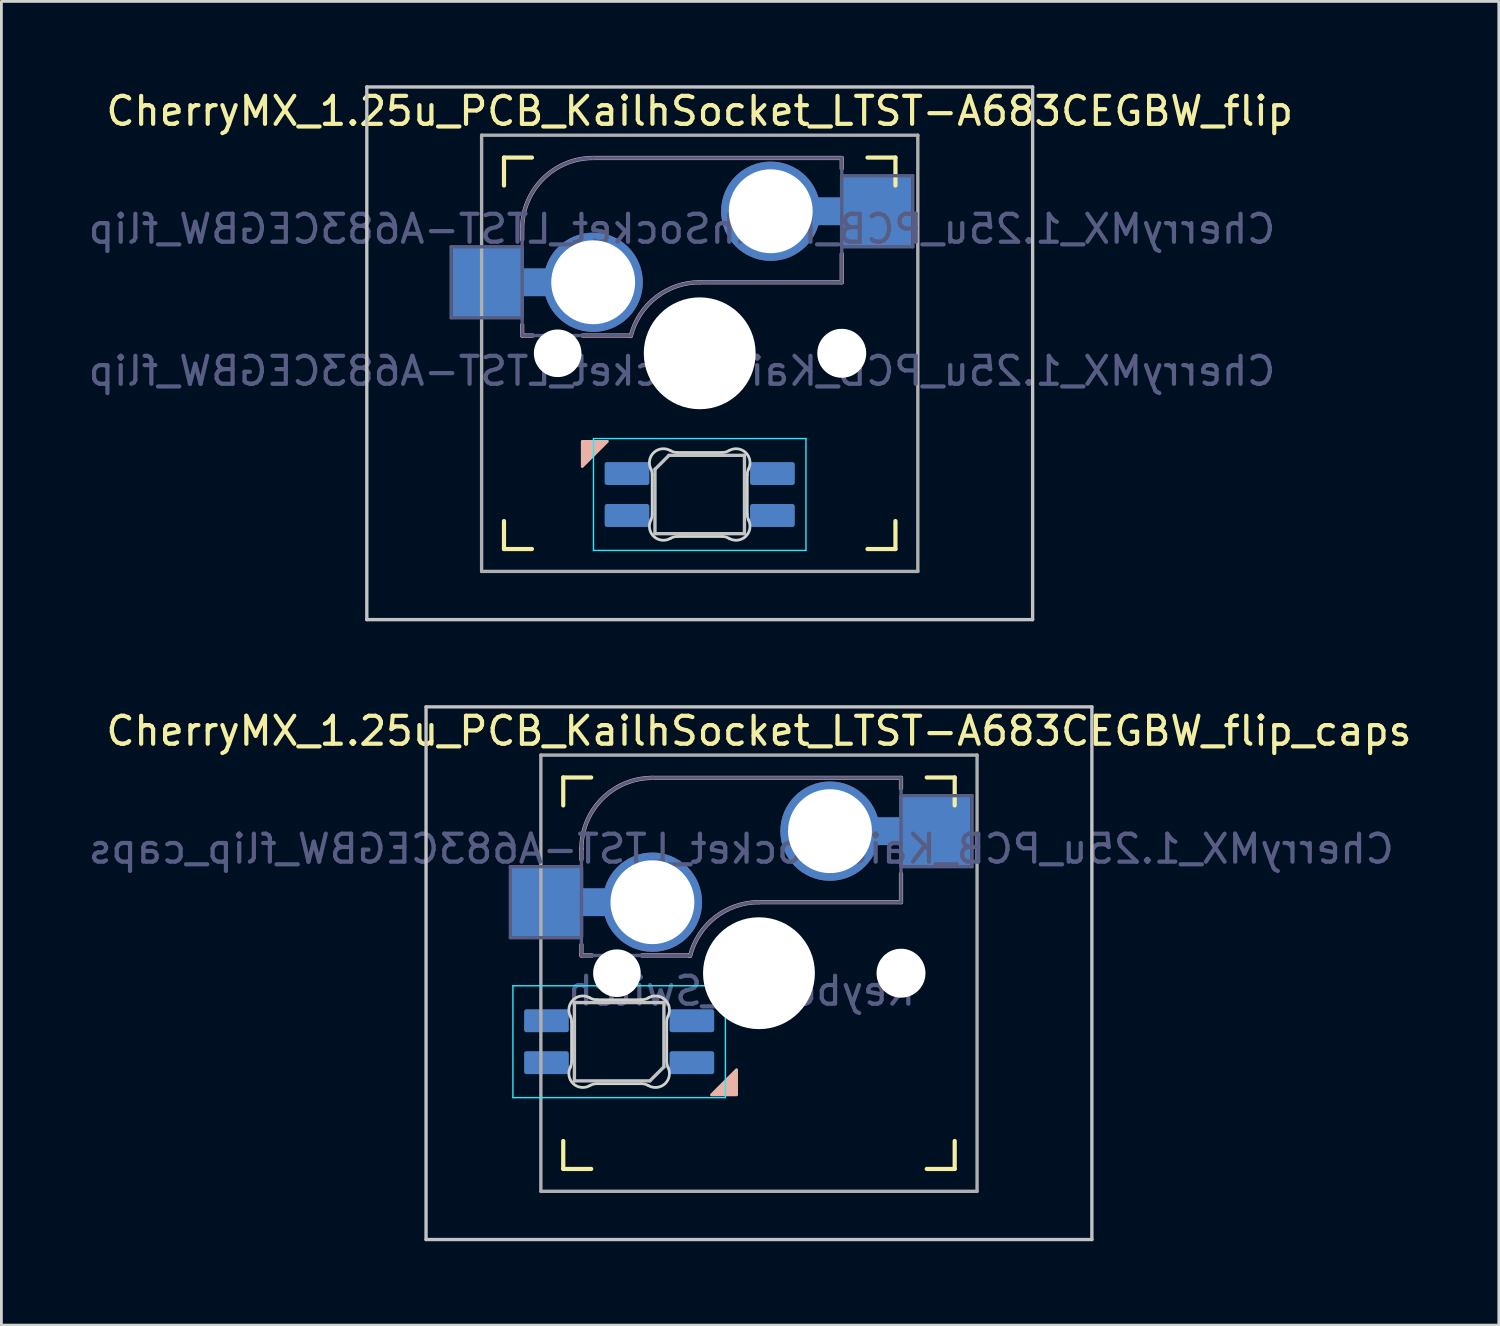
<source format=kicad_pcb>
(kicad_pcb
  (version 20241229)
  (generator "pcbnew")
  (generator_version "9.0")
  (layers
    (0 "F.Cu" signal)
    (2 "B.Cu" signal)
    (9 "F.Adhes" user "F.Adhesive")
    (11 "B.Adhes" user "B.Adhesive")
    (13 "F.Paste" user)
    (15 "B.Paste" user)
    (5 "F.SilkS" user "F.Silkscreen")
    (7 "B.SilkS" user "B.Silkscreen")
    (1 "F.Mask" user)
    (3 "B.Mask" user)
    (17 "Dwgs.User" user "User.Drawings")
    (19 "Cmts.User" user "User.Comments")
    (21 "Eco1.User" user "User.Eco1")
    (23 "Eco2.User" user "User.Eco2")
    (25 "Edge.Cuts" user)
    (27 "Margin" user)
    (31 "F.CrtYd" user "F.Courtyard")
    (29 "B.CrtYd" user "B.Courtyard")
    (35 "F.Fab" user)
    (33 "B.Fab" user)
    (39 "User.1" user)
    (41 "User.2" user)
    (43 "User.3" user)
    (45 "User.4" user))
  (footprint "CherryMX_1.25u_PCB_KailhSocket_LTST-A683CEGBW_flip"
    (layer "F.Cu")
    (at 21.974 9.585)
    (property "Reference" "CherryMX_1.25u_PCB_KailhSocket_LTST-A683CEGBW_flip" (at 0 -8.662 0) (layer "F.SilkS") (effects (font (size 1 1) (thickness 0.15))))
    (property "Value" "CherryMX_1.25u_PCB_KailhSocket_LTST-A683CEGBW_flip" (at 0 8.662 0) (layer "F.Fab") (hide yes) (effects (font (size 1 1) (thickness 0.15))))
    (attr through_hole)
    (fp_line (start -7 -6) (end -7 -7) (stroke (width 0.15) (type solid)) (layer "F.SilkS"))
    (fp_line (start -7 7) (end -7 6) (stroke (width 0.15) (type solid)) (layer "F.SilkS"))
    (fp_line (start -7 7) (end -6 7) (stroke (width 0.15) (type solid)) (layer "F.SilkS"))
    (fp_line (start -6 -7) (end -7 -7) (stroke (width 0.15) (type solid)) (layer "F.SilkS"))
    (fp_line (start 6 7) (end 7 7) (stroke (width 0.15) (type solid)) (layer "F.SilkS"))
    (fp_line (start 7 -7) (end 6 -7) (stroke (width 0.15) (type solid)) (layer "F.SilkS"))
    (fp_line (start 7 -7) (end 7 -6) (stroke (width 0.15) (type solid)) (layer "F.SilkS"))
    (fp_line (start 7 6) (end 7 7) (stroke (width 0.15) (type solid)) (layer "F.SilkS"))
    (fp_line (start -6.35 -4.445) (end -6.35 -4.064) (stroke (width 0.15) (type solid)) (layer "B.SilkS"))
    (fp_line (start -6.35 -1.016) (end -6.35 -0.635) (stroke (width 0.15) (type solid)) (layer "B.SilkS"))
    (fp_line (start -5.969 -0.635) (end -6.35 -0.635) (stroke (width 0.15) (type solid)) (layer "B.SilkS"))
    (fp_line (start -3.81 -6.985) (end 5.08 -6.985) (stroke (width 0.15) (type solid)) (layer "B.SilkS"))
    (fp_line (start -2.464 -0.635) (end -4.191 -0.635) (stroke (width 0.15) (type solid)) (layer "B.SilkS"))
    (fp_line (start 5.08 -6.985) (end 5.08 -6.604) (stroke (width 0.15) (type solid)) (layer "B.SilkS"))
    (fp_line (start 5.08 -3.556) (end 5.08 -2.54) (stroke (width 0.15) (type solid)) (layer "B.SilkS"))
    (fp_line (start 5.08 -2.54) (end 0 -2.54) (stroke (width 0.15) (type solid)) (layer "B.SilkS"))
    (fp_arc (start -6.35 -4.445) (mid -5.606051 -6.241051) (end -3.81 -6.985) (stroke (width 0.15) (type solid)) (layer "B.SilkS"))
    (fp_arc (start -2.464162 -0.61604) (mid -1.563147 -2.002042) (end 0 -2.54) (stroke (width 0.15) (type solid)) (layer "B.SilkS"))
    (fp_poly (pts (xy -4.2 4.05) (xy -3.3 3.15) (xy -4.2 3.15)) (stroke (width 0.1) (type solid)) (fill yes) (layer "B.SilkS"))
    (fp_line (start -11.906 -9.525) (end 11.906 -9.525) (stroke (width 0.12) (type solid)) (layer "Dwgs.User"))
    (fp_line (start -11.906 9.525) (end -11.906 -9.525) (stroke (width 0.12) (type solid)) (layer "Dwgs.User"))
    (fp_line (start -1.6 4.15) (end -1.6 6.45) (stroke (width 0.12) (type solid)) (layer "Dwgs.User"))
    (fp_line (start -1.6 4.15) (end -1.1 3.65) (stroke (width 0.12) (type solid)) (layer "Dwgs.User"))
    (fp_line (start -1.6 6.45) (end 1.6 6.45) (stroke (width 0.12) (type solid)) (layer "Dwgs.User"))
    (fp_line (start 1.6 3.65) (end -1.1 3.65) (stroke (width 0.12) (type solid)) (layer "Dwgs.User"))
    (fp_line (start 1.6 6.45) (end 1.6 3.65) (stroke (width 0.12) (type solid)) (layer "Dwgs.User"))
    (fp_line (start 11.906 -9.525) (end 11.906 9.525) (stroke (width 0.12) (type solid)) (layer "Dwgs.User"))
    (fp_line (start 11.906 9.525) (end -11.906 9.525) (stroke (width 0.12) (type solid)) (layer "Dwgs.User"))
    (fp_line (start -6.9 6.9) (end -6.9 -6.9) (stroke (width 0.15) (type solid)) (layer "Eco2.User"))
    (fp_line (start -6.9 6.9) (end 6.9 6.9) (stroke (width 0.15) (type solid)) (layer "Eco2.User"))
    (fp_line (start 6.9 -6.9) (end -6.9 -6.9) (stroke (width 0.15) (type solid)) (layer "Eco2.User"))
    (fp_line (start 6.9 -6.9) (end 6.9 6.9) (stroke (width 0.15) (type solid)) (layer "Eco2.User"))
    (fp_line (start -1.7 5.753) (end -1.7 4.347) (stroke (width 0.1) (type solid)) (layer "Edge.Cuts"))
    (fp_line (start -0.794 3.55) (end 0.794 3.55) (stroke (width 0.1) (type solid)) (layer "Edge.Cuts"))
    (fp_line (start 0.794 6.55) (end -0.794 6.55) (stroke (width 0.1) (type solid)) (layer "Edge.Cuts"))
    (fp_line (start 1.7 4.347) (end 1.7 5.753) (stroke (width 0.1) (type solid)) (layer "Edge.Cuts"))
    (fp_arc (start -1.749484 4.13028) (mid -1.712527 4.235932) (end -1.699999 4.347158) (stroke (width 0.1) (type solid)) (layer "Edge.Cuts"))
    (fp_arc (start -1.749484 4.130281) (mid -1.638072 3.545965) (end -1.046711 3.481701) (stroke (width 0.1) (type solid)) (layer "Edge.Cuts"))
    (fp_arc (start -1.699999 5.752843) (mid -1.712527 5.864068) (end -1.749484 5.96972) (stroke (width 0.1) (type solid)) (layer "Edge.Cuts"))
    (fp_arc (start -1.046711 6.618298) (mid -1.63807 6.554034) (end -1.749484 5.96972) (stroke (width 0.1) (type solid)) (layer "Edge.Cuts"))
    (fp_arc (start -1.046711 6.618298) (mid -0.925123 6.567376) (end -0.794453 6.549999) (stroke (width 0.1) (type solid)) (layer "Edge.Cuts"))
    (fp_arc (start -0.794452 3.55) (mid -0.925123 3.532623) (end -1.046711 3.481701) (stroke (width 0.1) (type solid)) (layer "Edge.Cuts"))
    (fp_arc (start 0.794453 6.55) (mid 0.925123 6.567377) (end 1.046711 6.618299) (stroke (width 0.1) (type solid)) (layer "Edge.Cuts"))
    (fp_arc (start 1.04671 3.481701) (mid 0.925122 3.532623) (end 0.794452 3.55) (stroke (width 0.1) (type solid)) (layer "Edge.Cuts"))
    (fp_arc (start 1.046711 3.481703) (mid 1.63807 3.545966) (end 1.749484 4.13028) (stroke (width 0.1) (type solid)) (layer "Edge.Cuts"))
    (fp_arc (start 1.699999 4.347157) (mid 1.712527 4.235932) (end 1.749484 4.13028) (stroke (width 0.1) (type solid)) (layer "Edge.Cuts"))
    (fp_arc (start 1.749484 5.96972) (mid 1.638071 6.554035) (end 1.046711 6.618299) (stroke (width 0.1) (type solid)) (layer "Edge.Cuts"))
    (fp_arc (start 1.749484 5.96972) (mid 1.712527 5.864068) (end 1.699999 5.752842) (stroke (width 0.1) (type solid)) (layer "Edge.Cuts"))
    (fp_line (start -3.8 3.05) (end -3.8 7.05) (stroke (width 0.05) (type solid)) (layer "B.CrtYd"))
    (fp_line (start -3.8 7.05) (end 3.8 7.05) (stroke (width 0.05) (type solid)) (layer "B.CrtYd"))
    (fp_line (start 3.8 3.05) (end -3.8 3.05) (stroke (width 0.05) (type solid)) (layer "B.CrtYd"))
    (fp_line (start 3.8 7.05) (end 3.8 3.05) (stroke (width 0.05) (type solid)) (layer "B.CrtYd"))
    (fp_line (start -8.89 -3.81) (end -6.35 -3.81) (stroke (width 0.12) (type solid)) (layer "B.Fab"))
    (fp_line (start -8.89 -1.27) (end -8.89 -3.81) (stroke (width 0.12) (type solid)) (layer "B.Fab"))
    (fp_line (start -6.35 -1.27) (end -8.89 -1.27) (stroke (width 0.12) (type solid)) (layer "B.Fab"))
    (fp_line (start -6.35 -0.635) (end -6.35 -4.445) (stroke (width 0.12) (type solid)) (layer "B.Fab"))
    (fp_line (start -6.35 -0.635) (end -2.54 -0.635) (stroke (width 0.12) (type solid)) (layer "B.Fab"))
    (fp_line (start -3.81 -6.985) (end 5.08 -6.985) (stroke (width 0.12) (type solid)) (layer "B.Fab"))
    (fp_line (start 5.08 -6.985) (end 5.08 -2.54) (stroke (width 0.12) (type solid)) (layer "B.Fab"))
    (fp_line (start 5.08 -6.35) (end 7.62 -6.35) (stroke (width 0.12) (type solid)) (layer "B.Fab"))
    (fp_line (start 5.08 -2.54) (end 0 -2.54) (stroke (width 0.12) (type solid)) (layer "B.Fab"))
    (fp_line (start 7.62 -6.35) (end 7.62 -3.81) (stroke (width 0.12) (type solid)) (layer "B.Fab"))
    (fp_line (start 7.62 -3.81) (end 5.08 -3.81) (stroke (width 0.12) (type solid)) (layer "B.Fab"))
    (fp_arc (start -6.35 -4.445) (mid -5.606051 -6.241051) (end -3.81 -6.985) (stroke (width 0.12) (type solid)) (layer "B.Fab"))
    (fp_arc (start -2.464162 -0.61604) (mid -1.563147 -2.002042) (end 0 -2.54) (stroke (width 0.12) (type solid)) (layer "B.Fab"))
    (fp_line (start -7.8 -7.8) (end -7.8 7.8) (stroke (width 0.12) (type solid)) (layer "F.Fab"))
    (fp_line (start -7.8 -7.8) (end 7.8 -7.8) (stroke (width 0.12) (type solid)) (layer "F.Fab"))
    (fp_line (start -7.8 7.8) (end 7.8 7.8) (stroke (width 0.12) (type solid)) (layer "F.Fab"))
    (fp_line (start 7.8 -7.8) (end 7.8 7.8) (stroke (width 0.12) (type solid)) (layer "F.Fab"))
    (fp_text user "${REFERENCE}" (at -0.635 -4.445 0) (layer "B.Fab") (effects (font (size 1 1) (thickness 0.15)) (justify mirror)))
    (fp_text user "${VALUE}" (at -0.635 0.635 0) (layer "B.Fab") (effects (font (size 1 1) (thickness 0.15)) (justify mirror)))
    (pad "" np_thru_hole circle (at -5.08 0) (size 1.702 1.702) (drill 1.702) (layers "*.Cu" "*.Mask"))
    (pad "" np_thru_hole circle (at 0 0) (size 4 4) (drill 4) (layers "*.Cu" "*.Mask"))
    (pad "" np_thru_hole circle (at 5.08 0) (size 1.702 1.702) (drill 1.702) (layers "*.Cu" "*.Mask"))
    (pad "" np_thru_hole circle (at 5.08 0) (size 1.75 1.75) (drill 1.75) (layers "*.Cu" "*.Mask"))
    (pad "1" thru_hole circle (at 2.54 -5.08) (size 3.55 3.55) (drill 3) (layers "*.Cu"))
    (pad "1" connect rect (at 5.015 -5.08 270) (size 1 2.5) (layers "B.Cu"))
    (pad "1" smd rect (at 6.29 -5.08) (size 2.55 2.5) (layers "B.Cu" "B.Mask" "B.Paste"))
    (pad "2" smd rect (at -7.56 -2.54) (size 2.55 2.5) (layers "B.Cu" "B.Mask" "B.Paste"))
    (pad "2" connect rect (at -5.715 -2.54 90) (size 1 2.5) (layers "B.Cu"))
    (pad "2" thru_hole circle (at -3.81 -2.54) (size 3.55 3.55) (drill 3) (layers "*.Cu"))
    (pad "3" smd roundrect (at -2.6 4.3 90) (size 0.82 1.6) (layers "B.Cu" "B.Mask" "B.Paste") (roundrect_rratio 0.1))
    (pad "4" smd roundrect (at -2.6 5.8 90) (size 0.82 1.6) (layers "B.Cu" "B.Mask" "B.Paste") (roundrect_rratio 0.1))
    (pad "5" smd roundrect (at 2.6 4.3 90) (size 0.82 1.6) (layers "B.Cu" "B.Mask" "B.Paste") (roundrect_rratio 0.1))
    (pad "6" smd roundrect (at 2.6 5.8 90) (size 0.82 1.6) (layers "B.Cu" "B.Mask" "B.Paste") (roundrect_rratio 0.1)))
  (footprint "CherryMX_1.25u_PCB_KailhSocket_LTST-A683CEGBW_flip_caps"
    (layer "F.Cu")
    (at 24.093 31.755)
    (property "Reference" "CherryMX_1.25u_PCB_KailhSocket_LTST-A683CEGBW_flip_caps" (at 0 -8.662 0) (layer "F.SilkS") (effects (font (size 1 1) (thickness 0.15))))
    (property "Value" "Keyboard_Switch" (at 0 8.662 0) (layer "F.Fab") (hide yes) (effects (font (size 1 1) (thickness 0.15))))
    (attr through_hole)
    (fp_line (start -7 -6) (end -7 -7) (stroke (width 0.15) (type solid)) (layer "F.SilkS"))
    (fp_line (start -7 7) (end -7 6) (stroke (width 0.15) (type solid)) (layer "F.SilkS"))
    (fp_line (start -7 7) (end -6 7) (stroke (width 0.15) (type solid)) (layer "F.SilkS"))
    (fp_line (start -6 -7) (end -7 -7) (stroke (width 0.15) (type solid)) (layer "F.SilkS"))
    (fp_line (start 6 7) (end 7 7) (stroke (width 0.15) (type solid)) (layer "F.SilkS"))
    (fp_line (start 7 -7) (end 6 -7) (stroke (width 0.15) (type solid)) (layer "F.SilkS"))
    (fp_line (start 7 -7) (end 7 -6) (stroke (width 0.15) (type solid)) (layer "F.SilkS"))
    (fp_line (start 7 6) (end 7 7) (stroke (width 0.15) (type solid)) (layer "F.SilkS"))
    (fp_line (start -6.35 -4.445) (end -6.35 -4.064) (stroke (width 0.15) (type solid)) (layer "B.SilkS"))
    (fp_line (start -6.35 -1.016) (end -6.35 -0.635) (stroke (width 0.15) (type solid)) (layer "B.SilkS"))
    (fp_line (start -5.969 -0.635) (end -6.35 -0.635) (stroke (width 0.15) (type solid)) (layer "B.SilkS"))
    (fp_line (start -3.81 -6.985) (end 5.08 -6.985) (stroke (width 0.15) (type solid)) (layer "B.SilkS"))
    (fp_line (start -2.464 -0.635) (end -4.191 -0.635) (stroke (width 0.15) (type solid)) (layer "B.SilkS"))
    (fp_line (start 5.08 -6.985) (end 5.08 -6.604) (stroke (width 0.15) (type solid)) (layer "B.SilkS"))
    (fp_line (start 5.08 -3.556) (end 5.08 -2.54) (stroke (width 0.15) (type solid)) (layer "B.SilkS"))
    (fp_line (start 5.08 -2.54) (end 0 -2.54) (stroke (width 0.15) (type solid)) (layer "B.SilkS"))
    (fp_arc (start -6.35 -4.445) (mid -5.606051 -6.241051) (end -3.81 -6.985) (stroke (width 0.15) (type solid)) (layer "B.SilkS"))
    (fp_arc (start -2.464162 -0.61604) (mid -1.563147 -2.002042) (end 0 -2.54) (stroke (width 0.15) (type solid)) (layer "B.SilkS"))
    (fp_poly (pts (xy -0.8 3.45) (xy -1.7 4.35) (xy -0.8 4.35)) (stroke (width 0.1) (type solid)) (fill yes) (layer "B.SilkS"))
    (fp_line (start -11.906 -9.525) (end 11.906 -9.525) (stroke (width 0.12) (type solid)) (layer "Dwgs.User"))
    (fp_line (start -11.906 9.525) (end -11.906 -9.525) (stroke (width 0.12) (type solid)) (layer "Dwgs.User"))
    (fp_line (start -6.6 1.05) (end -6.6 3.85) (stroke (width 0.12) (type solid)) (layer "Dwgs.User"))
    (fp_line (start -6.6 3.85) (end -3.9 3.85) (stroke (width 0.12) (type solid)) (layer "Dwgs.User"))
    (fp_line (start -3.4 1.05) (end -6.6 1.05) (stroke (width 0.12) (type solid)) (layer "Dwgs.User"))
    (fp_line (start -3.4 3.35) (end -3.9 3.85) (stroke (width 0.12) (type solid)) (layer "Dwgs.User"))
    (fp_line (start -3.4 3.35) (end -3.4 1.05) (stroke (width 0.12) (type solid)) (layer "Dwgs.User"))
    (fp_line (start 11.906 -9.525) (end 11.906 9.525) (stroke (width 0.12) (type solid)) (layer "Dwgs.User"))
    (fp_line (start 11.906 9.525) (end -11.906 9.525) (stroke (width 0.12) (type solid)) (layer "Dwgs.User"))
    (fp_line (start -6.9 6.9) (end -6.9 -6.9) (stroke (width 0.15) (type solid)) (layer "Eco2.User"))
    (fp_line (start -6.9 6.9) (end 6.9 6.9) (stroke (width 0.15) (type solid)) (layer "Eco2.User"))
    (fp_line (start 6.9 -6.9) (end -6.9 -6.9) (stroke (width 0.15) (type solid)) (layer "Eco2.User"))
    (fp_line (start 6.9 -6.9) (end 6.9 6.9) (stroke (width 0.15) (type solid)) (layer "Eco2.User"))
    (fp_line (start -6.7 3.153) (end -6.7 1.747) (stroke (width 0.1) (type solid)) (layer "Edge.Cuts"))
    (fp_line (start -5.794 0.95) (end -4.206 0.95) (stroke (width 0.1) (type solid)) (layer "Edge.Cuts"))
    (fp_line (start -4.206 3.95) (end -5.794 3.95) (stroke (width 0.1) (type solid)) (layer "Edge.Cuts"))
    (fp_line (start -3.3 1.747) (end -3.3 3.153) (stroke (width 0.1) (type solid)) (layer "Edge.Cuts"))
    (fp_arc (start -6.749484 1.53028) (mid -6.712527 1.635932) (end -6.699999 1.747158) (stroke (width 0.1) (type solid)) (layer "Edge.Cuts"))
    (fp_arc (start -6.749484 1.53028) (mid -6.638071 0.945965) (end -6.046711 0.881701) (stroke (width 0.1) (type solid)) (layer "Edge.Cuts"))
    (fp_arc (start -6.699999 3.152843) (mid -6.712527 3.264068) (end -6.749484 3.36972) (stroke (width 0.1) (type solid)) (layer "Edge.Cuts"))
    (fp_arc (start -6.046711 4.018297) (mid -6.63807 3.954034) (end -6.749484 3.36972) (stroke (width 0.1) (type solid)) (layer "Edge.Cuts"))
    (fp_arc (start -6.04671 4.018299) (mid -5.925122 3.967377) (end -5.794452 3.95) (stroke (width 0.1) (type solid)) (layer "Edge.Cuts"))
    (fp_arc (start -5.794453 0.95) (mid -5.925123 0.932623) (end -6.046711 0.881701) (stroke (width 0.1) (type solid)) (layer "Edge.Cuts"))
    (fp_arc (start -4.205548 3.95) (mid -4.074877 3.967377) (end -3.953289 4.018299) (stroke (width 0.1) (type solid)) (layer "Edge.Cuts"))
    (fp_arc (start -3.953289 0.881702) (mid -4.074877 0.932624) (end -4.205547 0.950001) (stroke (width 0.1) (type solid)) (layer "Edge.Cuts"))
    (fp_arc (start -3.953289 0.881702) (mid -3.361929 0.945966) (end -3.250516 1.53028) (stroke (width 0.1) (type solid)) (layer "Edge.Cuts"))
    (fp_arc (start -3.300001 1.747157) (mid -3.287473 1.635932) (end -3.250516 1.53028) (stroke (width 0.1) (type solid)) (layer "Edge.Cuts"))
    (fp_arc (start -3.250516 3.369719) (mid -3.361928 3.954035) (end -3.953289 4.018299) (stroke (width 0.1) (type solid)) (layer "Edge.Cuts"))
    (fp_arc (start -3.250516 3.36972) (mid -3.287473 3.264068) (end -3.300001 3.152842) (stroke (width 0.1) (type solid)) (layer "Edge.Cuts"))
    (fp_line (start -8.8 0.45) (end -8.8 4.45) (stroke (width 0.05) (type solid)) (layer "B.CrtYd"))
    (fp_line (start -8.8 4.45) (end -1.2 4.45) (stroke (width 0.05) (type solid)) (layer "B.CrtYd"))
    (fp_line (start -1.2 0.45) (end -8.8 0.45) (stroke (width 0.05) (type solid)) (layer "B.CrtYd"))
    (fp_line (start -1.2 4.45) (end -1.2 0.45) (stroke (width 0.05) (type solid)) (layer "B.CrtYd"))
    (fp_line (start -8.89 -3.81) (end -6.35 -3.81) (stroke (width 0.12) (type solid)) (layer "B.Fab"))
    (fp_line (start -8.89 -1.27) (end -8.89 -3.81) (stroke (width 0.12) (type solid)) (layer "B.Fab"))
    (fp_line (start -6.35 -1.27) (end -8.89 -1.27) (stroke (width 0.12) (type solid)) (layer "B.Fab"))
    (fp_line (start -6.35 -0.635) (end -6.35 -4.445) (stroke (width 0.12) (type solid)) (layer "B.Fab"))
    (fp_line (start -6.35 -0.635) (end -2.54 -0.635) (stroke (width 0.12) (type solid)) (layer "B.Fab"))
    (fp_line (start -3.81 -6.985) (end 5.08 -6.985) (stroke (width 0.12) (type solid)) (layer "B.Fab"))
    (fp_line (start 5.08 -6.985) (end 5.08 -2.54) (stroke (width 0.12) (type solid)) (layer "B.Fab"))
    (fp_line (start 5.08 -6.35) (end 7.62 -6.35) (stroke (width 0.12) (type solid)) (layer "B.Fab"))
    (fp_line (start 5.08 -2.54) (end 0 -2.54) (stroke (width 0.12) (type solid)) (layer "B.Fab"))
    (fp_line (start 7.62 -6.35) (end 7.62 -3.81) (stroke (width 0.12) (type solid)) (layer "B.Fab"))
    (fp_line (start 7.62 -3.81) (end 5.08 -3.81) (stroke (width 0.12) (type solid)) (layer "B.Fab"))
    (fp_arc (start -6.35 -4.445) (mid -5.606051 -6.241051) (end -3.81 -6.985) (stroke (width 0.12) (type solid)) (layer "B.Fab"))
    (fp_arc (start -2.464162 -0.61604) (mid -1.563147 -2.002042) (end 0 -2.54) (stroke (width 0.12) (type solid)) (layer "B.Fab"))
    (fp_line (start -7.8 -7.8) (end -7.8 7.8) (stroke (width 0.12) (type solid)) (layer "F.Fab"))
    (fp_line (start -7.8 -7.8) (end 7.8 -7.8) (stroke (width 0.12) (type solid)) (layer "F.Fab"))
    (fp_line (start -7.8 7.8) (end 7.8 7.8) (stroke (width 0.12) (type solid)) (layer "F.Fab"))
    (fp_line (start 7.8 -7.8) (end 7.8 7.8) (stroke (width 0.12) (type solid)) (layer "F.Fab"))
    (fp_text user "${VALUE}" (at -0.635 0.635 0) (layer "B.Fab") (effects (font (size 1 1) (thickness 0.15)) (justify mirror)))
    (fp_text user "${REFERENCE}" (at -0.635 -4.445 0) (layer "B.Fab") (effects (font (size 1 1) (thickness 0.15)) (justify mirror)))
    (pad "" np_thru_hole circle (at -5.08 0) (size 1.702 1.702) (drill 1.702) (layers "*.Cu" "*.Mask"))
    (pad "" np_thru_hole circle (at 0 0) (size 4 4) (drill 4) (layers "*.Cu" "*.Mask"))
    (pad "" np_thru_hole circle (at 5.08 0) (size 1.702 1.702) (drill 1.702) (layers "*.Cu" "*.Mask"))
    (pad "" np_thru_hole circle (at 5.08 0) (size 1.75 1.75) (drill 1.75) (layers "*.Cu" "*.Mask"))
    (pad "1" thru_hole circle (at 2.54 -5.08) (size 3.55 3.55) (drill 3) (layers "*.Cu"))
    (pad "1" connect rect (at 5.015 -5.08 270) (size 1 2.5) (layers "B.Cu"))
    (pad "1" smd rect (at 6.29 -5.08) (size 2.55 2.5) (layers "B.Cu" "B.Mask" "B.Paste"))
    (pad "2" smd rect (at -7.56 -2.54) (size 2.55 2.5) (layers "B.Cu" "B.Mask" "B.Paste"))
    (pad "2" connect rect (at -5.715 -2.54 90) (size 1 2.5) (layers "B.Cu"))
    (pad "2" thru_hole circle (at -3.81 -2.54) (size 3.55 3.55) (drill 3) (layers "*.Cu"))
    (pad "3" smd roundrect (at -2.4 3.2 270) (size 0.82 1.6) (layers "B.Cu" "B.Mask" "B.Paste") (roundrect_rratio 0.1))
    (pad "4" smd roundrect (at -2.4 1.7 270) (size 0.82 1.6) (layers "B.Cu" "B.Mask" "B.Paste") (roundrect_rratio 0.1))
    (pad "5" smd roundrect (at -7.6 3.2 270) (size 0.82 1.6) (layers "B.Cu" "B.Mask" "B.Paste") (roundrect_rratio 0.1))
    (pad "6" smd roundrect (at -7.6 1.7 270) (size 0.82 1.6) (layers "B.Cu" "B.Mask" "B.Paste") (roundrect_rratio 0.1)))
  (gr_rect
    (start -3 -3)
    (end 50.552 44.34)
    (stroke (width 0.1) (type default))
    (fill no)
    (layer "Edge.Cuts")))
</source>
